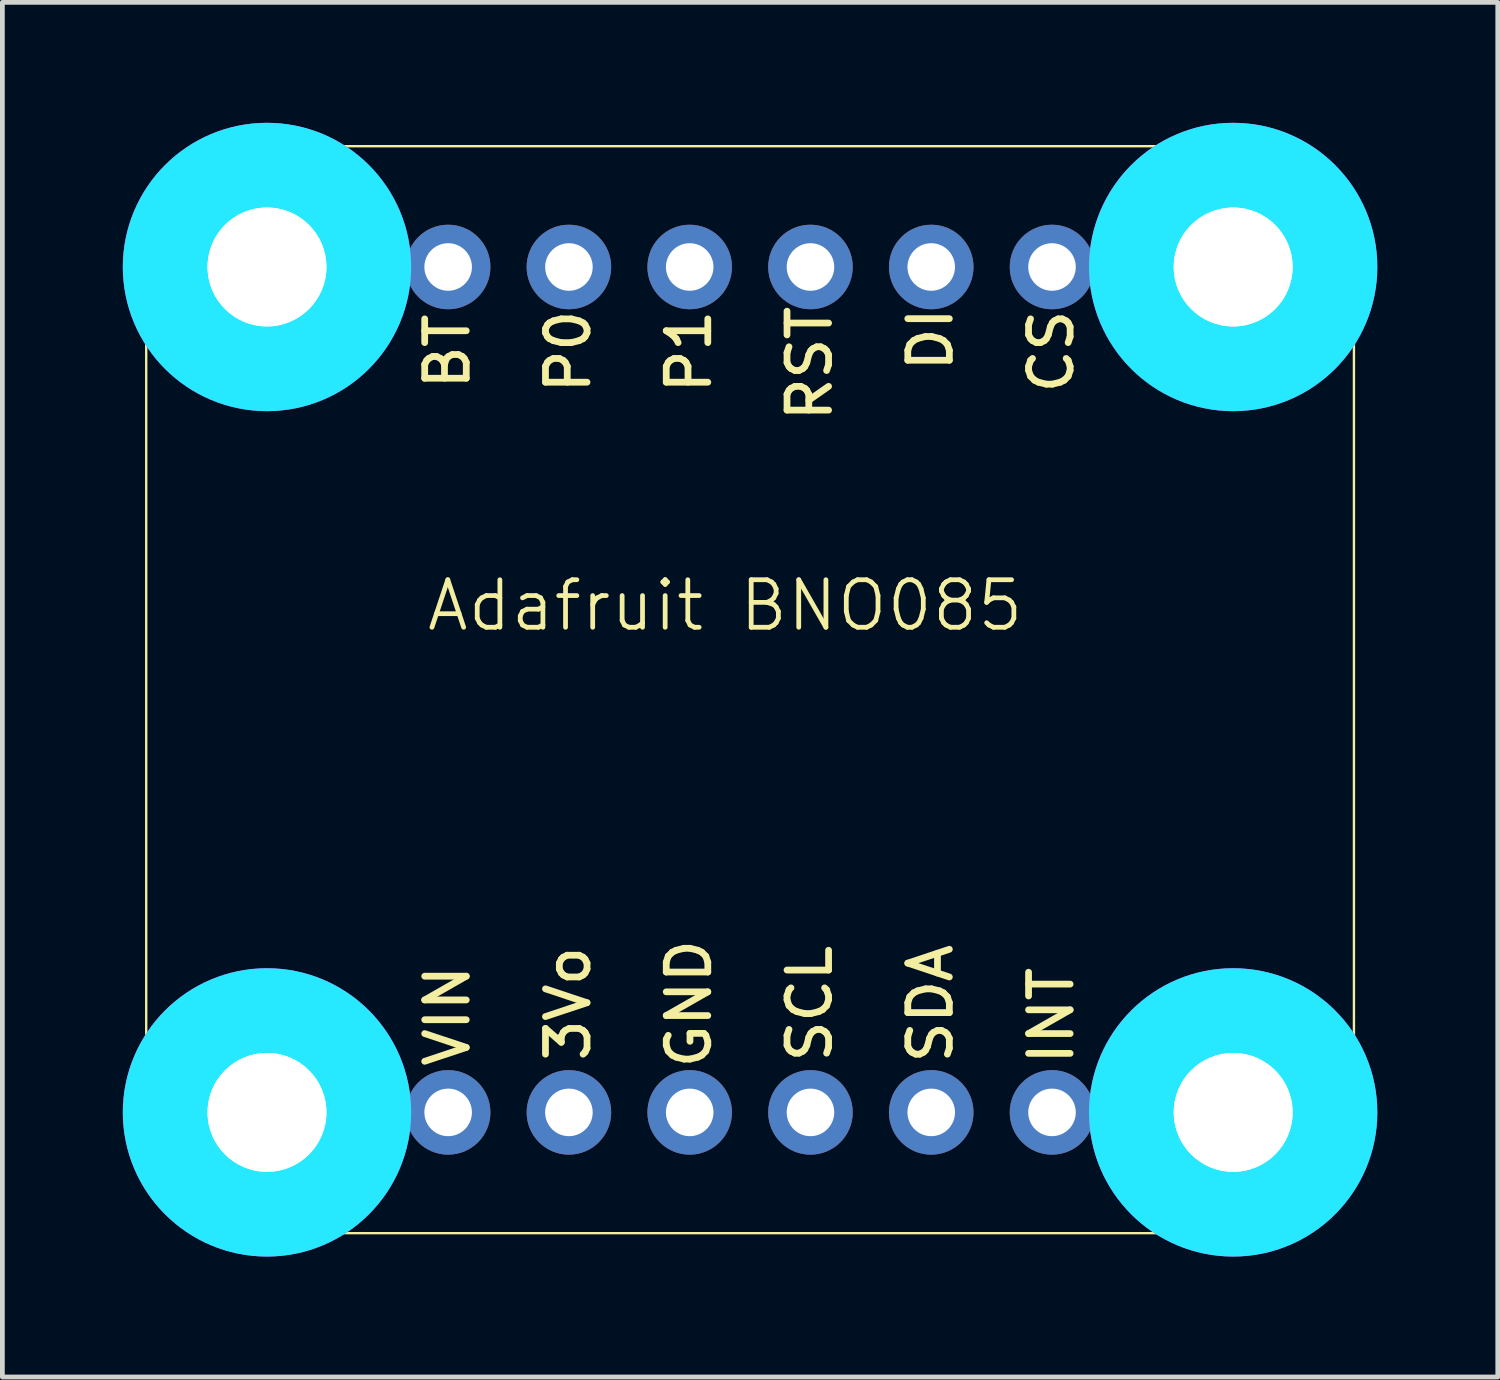
<source format=kicad_pcb>
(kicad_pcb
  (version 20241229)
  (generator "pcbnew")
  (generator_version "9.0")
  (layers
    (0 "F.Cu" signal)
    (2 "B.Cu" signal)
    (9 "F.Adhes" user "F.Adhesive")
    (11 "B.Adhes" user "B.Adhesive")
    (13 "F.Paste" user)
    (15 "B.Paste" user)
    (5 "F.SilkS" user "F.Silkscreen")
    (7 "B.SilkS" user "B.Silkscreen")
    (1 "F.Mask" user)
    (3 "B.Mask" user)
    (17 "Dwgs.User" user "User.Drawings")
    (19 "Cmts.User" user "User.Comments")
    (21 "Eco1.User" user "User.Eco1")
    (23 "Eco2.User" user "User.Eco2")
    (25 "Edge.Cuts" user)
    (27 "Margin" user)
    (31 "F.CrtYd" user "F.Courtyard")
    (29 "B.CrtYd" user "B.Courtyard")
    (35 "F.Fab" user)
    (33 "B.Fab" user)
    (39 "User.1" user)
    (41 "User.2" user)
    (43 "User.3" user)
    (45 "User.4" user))
  (footprint "Adafruit BNO085"
    (layer "F.Cu")
    (at 12.201 10.185)
    (property "Reference" "Adafruit BNO085" (at 0 -0.5 0) (unlocked yes) (layer "F.SilkS") (effects (font (size 1 1) (thickness 0.1))))
    (attr smd)
    (fp_line (start -12.176 -7.62) (end -12.176 10.16) (stroke (width 0.05) (type solid)) (layer "F.SilkS"))
    (fp_line (start -9.636 12.7) (end 10.684 12.7) (stroke (width 0.05) (type solid)) (layer "F.SilkS"))
    (fp_line (start 10.684 -10.16) (end -9.636 -10.16) (stroke (width 0.05) (type solid)) (layer "F.SilkS"))
    (fp_line (start 13.224 10.16) (end 13.224 -7.62) (stroke (width 0.05) (type solid)) (layer "F.SilkS"))
    (fp_arc (start -12.176 -7.62) (mid -11.432051 -9.416051) (end -9.636 -10.16) (stroke (width 0.05) (type solid)) (layer "F.SilkS"))
    (fp_arc (start -9.636 12.7) (mid -11.432051 11.956051) (end -12.176 10.16) (stroke (width 0.05) (type solid)) (layer "F.SilkS"))
    (fp_arc (start 10.684 -10.16) (mid 12.480051 -9.416051) (end 13.224 -7.62) (stroke (width 0.05) (type solid)) (layer "F.SilkS"))
    (fp_arc (start 13.224 10.16) (mid 12.480051 11.956051) (end 10.684 12.7) (stroke (width 0.05) (type solid)) (layer "F.SilkS"))
    (fp_circle (center -9.636 -7.62) (end -7.636 -7.62) (stroke (width 0.203) (type solid)) (fill no) (layer "F.SilkS"))
    (fp_circle (center -9.636 10.16) (end -7.636 10.16) (stroke (width 0.203) (type solid)) (fill no) (layer "F.SilkS"))
    (fp_circle (center 10.684 -7.62) (end 12.684 -7.62) (stroke (width 0.203) (type solid)) (fill no) (layer "F.SilkS"))
    (fp_circle (center 10.684 10.16) (end 12.684 10.16) (stroke (width 0.203) (type solid)) (fill no) (layer "F.SilkS"))
    (fp_circle (center -9.636 -7.62) (end -8.636 -7.62) (stroke (width 2.032) (type solid)) (fill no) (layer "B.CrtYd"))
    (fp_circle (center -9.636 10.16) (end -8.636 10.16) (stroke (width 2.032) (type solid)) (fill no) (layer "B.CrtYd"))
    (fp_circle (center 10.684 -7.62) (end 11.684 -7.62) (stroke (width 2.032) (type solid)) (fill no) (layer "B.CrtYd"))
    (fp_circle (center 10.684 10.16) (end 11.684 10.16) (stroke (width 2.032) (type solid)) (fill no) (layer "B.CrtYd"))
    (fp_circle (center -9.636 -7.62) (end -8.636 -7.62) (stroke (width 2.032) (type solid)) (fill no) (layer "F.CrtYd"))
    (fp_circle (center -9.636 10.16) (end -8.636 10.16) (stroke (width 2.032) (type solid)) (fill no) (layer "F.CrtYd"))
    (fp_circle (center 10.684 -7.62) (end 11.684 -7.62) (stroke (width 2.032) (type solid)) (fill no) (layer "F.CrtYd"))
    (fp_circle (center 10.684 10.16) (end 11.684 10.16) (stroke (width 2.032) (type solid)) (fill no) (layer "F.CrtYd"))
    (fp_text user "INT" (at 6.858 8.128 90) (unlocked yes) (layer "F.SilkS") (effects (font (size 0.874 0.874) (thickness 0.142))))
    (fp_text user "DI" (at 4.318 -6.096 90) (unlocked yes) (layer "F.SilkS") (effects (font (size 0.874 0.874) (thickness 0.142))))
    (fp_text user "SCL" (at 1.778 7.874 90) (unlocked yes) (layer "F.SilkS") (effects (font (size 0.874 0.874) (thickness 0.142))))
    (fp_text user "P1" (at -0.762 -5.842 90) (unlocked yes) (layer "F.SilkS") (effects (font (size 0.874 0.874) (thickness 0.142))))
    (fp_text user "BT" (at -5.842 -5.842 90) (unlocked yes) (layer "F.SilkS") (effects (font (size 0.874 0.874) (thickness 0.142))))
    (fp_text user "RST" (at 1.778 -5.588 90) (unlocked yes) (layer "F.SilkS") (effects (font (size 0.874 0.874) (thickness 0.142))))
    (fp_text user "CS" (at 6.858 -5.842 90) (unlocked yes) (layer "F.SilkS") (effects (font (size 0.874 0.874) (thickness 0.142))))
    (fp_text user "VIN" (at -5.842 8.128 90) (unlocked yes) (layer "F.SilkS") (effects (font (size 0.874 0.874) (thickness 0.142))))
    (fp_text user "GND" (at -0.762 7.874 90) (unlocked yes) (layer "F.SilkS") (effects (font (size 0.874 0.874) (thickness 0.142))))
    (fp_text user "3Vo" (at -3.302 7.874 90) (unlocked yes) (layer "F.SilkS") (effects (font (size 0.874 0.874) (thickness 0.142))))
    (fp_text user "SDA" (at 4.318 7.874 90) (unlocked yes) (layer "F.SilkS") (effects (font (size 0.874 0.874) (thickness 0.142))))
    (fp_text user "P0" (at -3.302 -5.842 90) (unlocked yes) (layer "F.SilkS") (effects (font (size 0.874 0.874) (thickness 0.142))))
    (pad "1" thru_hole circle (at -5.826 10.16 90) (size 1.778 1.778) (drill 1) (layers "*.Cu" "*.Mask"))
    (pad "2" thru_hole circle (at -3.286 10.16 90) (size 1.778 1.778) (drill 1) (layers "*.Cu" "*.Mask"))
    (pad "3" thru_hole circle (at -0.746 10.16 90) (size 1.778 1.778) (drill 1) (layers "*.Cu" "*.Mask"))
    (pad "4" thru_hole circle (at 1.794 10.16 90) (size 1.778 1.778) (drill 1) (layers "*.Cu" "*.Mask"))
    (pad "5" thru_hole circle (at 4.334 10.16 90) (size 1.778 1.778) (drill 1) (layers "*.Cu" "*.Mask"))
    (pad "6" thru_hole circle (at 6.874 10.16 90) (size 1.778 1.778) (drill 1) (layers "*.Cu" "*.Mask"))
    (pad "7" thru_hole circle (at -5.826 -7.62 90) (size 1.778 1.778) (drill 1) (layers "*.Cu" "*.Mask"))
    (pad "8" thru_hole circle (at -3.286 -7.62 90) (size 1.778 1.778) (drill 1) (layers "*.Cu" "*.Mask"))
    (pad "9" thru_hole circle (at -0.746 -7.62 90) (size 1.778 1.778) (drill 1) (layers "*.Cu" "*.Mask"))
    (pad "10" thru_hole circle (at 1.794 -7.62 90) (size 1.778 1.778) (drill 1) (layers "*.Cu" "*.Mask"))
    (pad "11" thru_hole circle (at 4.334 -7.62 90) (size 1.778 1.778) (drill 1) (layers "*.Cu" "*.Mask"))
    (pad "12" thru_hole circle (at 6.874 -7.62 90) (size 1.778 1.778) (drill 1) (layers "*.Cu" "*.Mask"))
    (pad "P$1" thru_hole circle (at -9.636 -7.62) (size 3.2 3.2) (drill 2.5) (layers "*.Cu" "*.Mask"))
    (pad "P$1" thru_hole circle (at -9.636 -7.62) (size 3.2 3.2) (drill 2.5) (layers "*.Cu" "*.Mask"))
    (pad "P$1" thru_hole circle (at -9.636 10.16) (size 3.2 3.2) (drill 2.5) (layers "*.Cu" "*.Mask"))
    (pad "P$1" thru_hole circle (at -9.636 10.16) (size 3.2 3.2) (drill 2.5) (layers "*.Cu" "*.Mask"))
    (pad "P$1" thru_hole circle (at 10.684 -7.62) (size 3.2 3.2) (drill 2.5) (layers "*.Cu" "*.Mask"))
    (pad "P$1" thru_hole circle (at 10.684 -7.62) (size 3.2 3.2) (drill 2.5) (layers "*.Cu" "*.Mask"))
    (pad "P$1" thru_hole circle (at 10.684 10.16) (size 3.2 3.2) (drill 2.5) (layers "*.Cu" "*.Mask"))
    (pad "P$1" thru_hole circle (at 10.684 10.16) (size 3.2 3.2) (drill 2.5) (layers "*.Cu" "*.Mask"))
    (zone (net_name "") (layer "F.Cu") (hatch edge 0.5) (connect_pads) (min_thickness 0.25) (filled_areas_thickness no) (keepout (tracks not_allowed) (vias not_allowed) (pads not_allowed) (copperpour not_allowed) (footprints allowed)) (placement (enabled no)) (fill) (polygon (pts (xy 4.581 2.565) (xy 4.561 2.284) (xy 4.503 2.009) (xy 4.407 1.745) (xy 4.275 1.497) (xy 4.109 1.269) (xy 3.914 1.067) (xy 3.692 0.894) (xy 3.449 0.753) (xy 3.188 0.648) (xy 2.915 0.58) (xy 2.635 0.55) (xy 2.354 0.56) (xy 2.077 0.609) (xy 1.81 0.696) (xy 1.557 0.819) (xy 1.324 0.976) (xy 1.115 1.165) (xy 0.934 1.38) (xy 0.785 1.619) (xy 0.671 1.875) (xy 0.593 2.146) (xy 0.554 2.424) (xy 0.554 2.706) (xy 0.593 2.984) (xy 0.671 3.255) (xy 0.785 3.511) (xy 0.934 3.75) (xy 1.115 3.965) (xy 1.324 4.154) (xy 1.557 4.311) (xy 1.81 4.434) (xy 2.077 4.521) (xy 2.354 4.57) (xy 2.635 4.58) (xy 2.915 4.55) (xy 3.188 4.482) (xy 3.449 4.377) (xy 3.692 4.236) (xy 3.914 4.063) (xy 4.109 3.861) (xy 4.275 3.633) (xy 4.407 3.385) (xy 4.503 3.121) (xy 4.561 2.846))) (polygon (pts (xy 2.549 2.565) (xy 2.554 2.576) (xy 2.565 2.581) (xy 2.576 2.576) (xy 2.581 2.565) (xy 2.576 2.554) (xy 2.565 2.549) (xy 2.554 2.554))))
    (zone (net_name "") (layer "F.Cu") (hatch edge 0.5) (connect_pads) (min_thickness 0.25) (filled_areas_thickness no) (keepout (tracks not_allowed) (vias not_allowed) (pads not_allowed) (copperpour not_allowed) (footprints allowed)) (placement (enabled no)) (fill) (polygon (pts (xy 4.581 20.345) (xy 4.561 20.064) (xy 4.503 19.789) (xy 4.407 19.525) (xy 4.275 19.277) (xy 4.109 19.049) (xy 3.914 18.847) (xy 3.692 18.674) (xy 3.449 18.533) (xy 3.188 18.428) (xy 2.915 18.36) (xy 2.635 18.33) (xy 2.354 18.34) (xy 2.077 18.389) (xy 1.81 18.476) (xy 1.557 18.599) (xy 1.324 18.756) (xy 1.115 18.945) (xy 0.934 19.16) (xy 0.785 19.399) (xy 0.671 19.655) (xy 0.593 19.926) (xy 0.554 20.204) (xy 0.554 20.486) (xy 0.593 20.764) (xy 0.671 21.035) (xy 0.785 21.291) (xy 0.934 21.53) (xy 1.115 21.745) (xy 1.324 21.934) (xy 1.557 22.091) (xy 1.81 22.214) (xy 2.077 22.301) (xy 2.354 22.35) (xy 2.635 22.36) (xy 2.915 22.33) (xy 3.188 22.262) (xy 3.449 22.157) (xy 3.692 22.016) (xy 3.914 21.843) (xy 4.109 21.641) (xy 4.275 21.413) (xy 4.407 21.165) (xy 4.503 20.901) (xy 4.561 20.626))) (polygon (pts (xy 2.549 20.345) (xy 2.554 20.356) (xy 2.565 20.361) (xy 2.576 20.356) (xy 2.581 20.345) (xy 2.576 20.334) (xy 2.565 20.329) (xy 2.554 20.334))))
    (zone (net_name "") (layer "F.Cu") (hatch edge 0.5) (connect_pads) (min_thickness 0.25) (filled_areas_thickness no) (keepout (tracks not_allowed) (vias not_allowed) (pads not_allowed) (copperpour not_allowed) (footprints allowed)) (placement (enabled no)) (fill) (polygon (pts (xy 24.901 2.565) (xy 24.881 2.284) (xy 24.823 2.009) (xy 24.727 1.745) (xy 24.595 1.497) (xy 24.429 1.269) (xy 24.234 1.067) (xy 24.012 0.894) (xy 23.769 0.753) (xy 23.508 0.648) (xy 23.235 0.58) (xy 22.955 0.55) (xy 22.674 0.56) (xy 22.397 0.609) (xy 22.13 0.696) (xy 21.877 0.819) (xy 21.644 0.976) (xy 21.435 1.165) (xy 21.254 1.38) (xy 21.105 1.619) (xy 20.991 1.875) (xy 20.913 2.146) (xy 20.874 2.424) (xy 20.874 2.706) (xy 20.913 2.984) (xy 20.991 3.255) (xy 21.105 3.511) (xy 21.254 3.75) (xy 21.435 3.965) (xy 21.644 4.154) (xy 21.877 4.311) (xy 22.13 4.434) (xy 22.397 4.521) (xy 22.674 4.57) (xy 22.955 4.58) (xy 23.235 4.55) (xy 23.508 4.482) (xy 23.769 4.377) (xy 24.012 4.236) (xy 24.234 4.063) (xy 24.429 3.861) (xy 24.595 3.633) (xy 24.727 3.385) (xy 24.823 3.121) (xy 24.881 2.846))) (polygon (pts (xy 22.869 2.565) (xy 22.874 2.576) (xy 22.885 2.581) (xy 22.896 2.576) (xy 22.901 2.565) (xy 22.896 2.554) (xy 22.885 2.549) (xy 22.874 2.554))))
    (zone (net_name "") (layer "F.Cu") (hatch edge 0.5) (connect_pads) (min_thickness 0.25) (filled_areas_thickness no) (keepout (tracks not_allowed) (vias not_allowed) (pads not_allowed) (copperpour not_allowed) (footprints allowed)) (placement (enabled no)) (fill) (polygon (pts (xy 24.901 20.345) (xy 24.881 20.064) (xy 24.823 19.789) (xy 24.727 19.525) (xy 24.595 19.277) (xy 24.429 19.049) (xy 24.234 18.847) (xy 24.012 18.674) (xy 23.769 18.533) (xy 23.508 18.428) (xy 23.235 18.36) (xy 22.955 18.33) (xy 22.674 18.34) (xy 22.397 18.389) (xy 22.13 18.476) (xy 21.877 18.599) (xy 21.644 18.756) (xy 21.435 18.945) (xy 21.254 19.16) (xy 21.105 19.399) (xy 20.991 19.655) (xy 20.913 19.926) (xy 20.874 20.204) (xy 20.874 20.486) (xy 20.913 20.764) (xy 20.991 21.035) (xy 21.105 21.291) (xy 21.254 21.53) (xy 21.435 21.745) (xy 21.644 21.934) (xy 21.877 22.091) (xy 22.13 22.214) (xy 22.397 22.301) (xy 22.674 22.35) (xy 22.955 22.36) (xy 23.235 22.33) (xy 23.508 22.262) (xy 23.769 22.157) (xy 24.012 22.016) (xy 24.234 21.843) (xy 24.429 21.641) (xy 24.595 21.413) (xy 24.727 21.165) (xy 24.823 20.901) (xy 24.881 20.626))) (polygon (pts (xy 22.869 20.345) (xy 22.874 20.356) (xy 22.885 20.361) (xy 22.896 20.356) (xy 22.901 20.345) (xy 22.896 20.334) (xy 22.885 20.329) (xy 22.874 20.334))))
    (zone (net_name "") (layer "B.Cu") (hatch edge 0.5) (connect_pads) (min_thickness 0.25) (filled_areas_thickness no) (keepout (tracks not_allowed) (vias not_allowed) (pads not_allowed) (copperpour not_allowed) (footprints allowed)) (placement (enabled no)) (fill) (polygon (pts (xy 4.581 2.565) (xy 4.561 2.284) (xy 4.503 2.009) (xy 4.407 1.745) (xy 4.275 1.497) (xy 4.109 1.269) (xy 3.914 1.067) (xy 3.692 0.894) (xy 3.449 0.753) (xy 3.188 0.648) (xy 2.915 0.58) (xy 2.635 0.55) (xy 2.354 0.56) (xy 2.077 0.609) (xy 1.81 0.696) (xy 1.557 0.819) (xy 1.324 0.976) (xy 1.115 1.165) (xy 0.934 1.38) (xy 0.785 1.619) (xy 0.671 1.875) (xy 0.593 2.146) (xy 0.554 2.424) (xy 0.554 2.706) (xy 0.593 2.984) (xy 0.671 3.255) (xy 0.785 3.511) (xy 0.934 3.75) (xy 1.115 3.965) (xy 1.324 4.154) (xy 1.557 4.311) (xy 1.81 4.434) (xy 2.077 4.521) (xy 2.354 4.57) (xy 2.635 4.58) (xy 2.915 4.55) (xy 3.188 4.482) (xy 3.449 4.377) (xy 3.692 4.236) (xy 3.914 4.063) (xy 4.109 3.861) (xy 4.275 3.633) (xy 4.407 3.385) (xy 4.503 3.121) (xy 4.561 2.846))) (polygon (pts (xy 2.549 2.565) (xy 2.554 2.576) (xy 2.565 2.581) (xy 2.576 2.576) (xy 2.581 2.565) (xy 2.576 2.554) (xy 2.565 2.549) (xy 2.554 2.554))))
    (zone (net_name "") (layer "B.Cu") (hatch edge 0.5) (connect_pads) (min_thickness 0.25) (filled_areas_thickness no) (keepout (tracks not_allowed) (vias not_allowed) (pads not_allowed) (copperpour not_allowed) (footprints allowed)) (placement (enabled no)) (fill) (polygon (pts (xy 4.581 20.345) (xy 4.561 20.064) (xy 4.503 19.789) (xy 4.407 19.525) (xy 4.275 19.277) (xy 4.109 19.049) (xy 3.914 18.847) (xy 3.692 18.674) (xy 3.449 18.533) (xy 3.188 18.428) (xy 2.915 18.36) (xy 2.635 18.33) (xy 2.354 18.34) (xy 2.077 18.389) (xy 1.81 18.476) (xy 1.557 18.599) (xy 1.324 18.756) (xy 1.115 18.945) (xy 0.934 19.16) (xy 0.785 19.399) (xy 0.671 19.655) (xy 0.593 19.926) (xy 0.554 20.204) (xy 0.554 20.486) (xy 0.593 20.764) (xy 0.671 21.035) (xy 0.785 21.291) (xy 0.934 21.53) (xy 1.115 21.745) (xy 1.324 21.934) (xy 1.557 22.091) (xy 1.81 22.214) (xy 2.077 22.301) (xy 2.354 22.35) (xy 2.635 22.36) (xy 2.915 22.33) (xy 3.188 22.262) (xy 3.449 22.157) (xy 3.692 22.016) (xy 3.914 21.843) (xy 4.109 21.641) (xy 4.275 21.413) (xy 4.407 21.165) (xy 4.503 20.901) (xy 4.561 20.626))) (polygon (pts (xy 2.549 20.345) (xy 2.554 20.356) (xy 2.565 20.361) (xy 2.576 20.356) (xy 2.581 20.345) (xy 2.576 20.334) (xy 2.565 20.329) (xy 2.554 20.334))))
    (zone (net_name "") (layer "B.Cu") (hatch edge 0.5) (connect_pads) (min_thickness 0.25) (filled_areas_thickness no) (keepout (tracks not_allowed) (vias not_allowed) (pads not_allowed) (copperpour not_allowed) (footprints allowed)) (placement (enabled no)) (fill) (polygon (pts (xy 24.901 2.565) (xy 24.881 2.284) (xy 24.823 2.009) (xy 24.727 1.745) (xy 24.595 1.497) (xy 24.429 1.269) (xy 24.234 1.067) (xy 24.012 0.894) (xy 23.769 0.753) (xy 23.508 0.648) (xy 23.235 0.58) (xy 22.955 0.55) (xy 22.674 0.56) (xy 22.397 0.609) (xy 22.13 0.696) (xy 21.877 0.819) (xy 21.644 0.976) (xy 21.435 1.165) (xy 21.254 1.38) (xy 21.105 1.619) (xy 20.991 1.875) (xy 20.913 2.146) (xy 20.874 2.424) (xy 20.874 2.706) (xy 20.913 2.984) (xy 20.991 3.255) (xy 21.105 3.511) (xy 21.254 3.75) (xy 21.435 3.965) (xy 21.644 4.154) (xy 21.877 4.311) (xy 22.13 4.434) (xy 22.397 4.521) (xy 22.674 4.57) (xy 22.955 4.58) (xy 23.235 4.55) (xy 23.508 4.482) (xy 23.769 4.377) (xy 24.012 4.236) (xy 24.234 4.063) (xy 24.429 3.861) (xy 24.595 3.633) (xy 24.727 3.385) (xy 24.823 3.121) (xy 24.881 2.846))) (polygon (pts (xy 22.869 2.565) (xy 22.874 2.576) (xy 22.885 2.581) (xy 22.896 2.576) (xy 22.901 2.565) (xy 22.896 2.554) (xy 22.885 2.549) (xy 22.874 2.554))))
    (zone (net_name "") (layer "B.Cu") (hatch edge 0.5) (connect_pads) (min_thickness 0.25) (filled_areas_thickness no) (keepout (tracks not_allowed) (vias not_allowed) (pads not_allowed) (copperpour not_allowed) (footprints allowed)) (placement (enabled no)) (fill) (polygon (pts (xy 24.901 20.345) (xy 24.881 20.064) (xy 24.823 19.789) (xy 24.727 19.525) (xy 24.595 19.277) (xy 24.429 19.049) (xy 24.234 18.847) (xy 24.012 18.674) (xy 23.769 18.533) (xy 23.508 18.428) (xy 23.235 18.36) (xy 22.955 18.33) (xy 22.674 18.34) (xy 22.397 18.389) (xy 22.13 18.476) (xy 21.877 18.599) (xy 21.644 18.756) (xy 21.435 18.945) (xy 21.254 19.16) (xy 21.105 19.399) (xy 20.991 19.655) (xy 20.913 19.926) (xy 20.874 20.204) (xy 20.874 20.486) (xy 20.913 20.764) (xy 20.991 21.035) (xy 21.105 21.291) (xy 21.254 21.53) (xy 21.435 21.745) (xy 21.644 21.934) (xy 21.877 22.091) (xy 22.13 22.214) (xy 22.397 22.301) (xy 22.674 22.35) (xy 22.955 22.36) (xy 23.235 22.33) (xy 23.508 22.262) (xy 23.769 22.157) (xy 24.012 22.016) (xy 24.234 21.843) (xy 24.429 21.641) (xy 24.595 21.413) (xy 24.727 21.165) (xy 24.823 20.901) (xy 24.881 20.626))) (polygon (pts (xy 22.869 20.345) (xy 22.874 20.356) (xy 22.885 20.361) (xy 22.896 20.356) (xy 22.901 20.345) (xy 22.896 20.334) (xy 22.885 20.329) (xy 22.874 20.334)))))
  (gr_rect
    (start -3 -3)
    (end 28.45 25.91)
    (stroke (width 0.1) (type default))
    (fill no)
    (layer "Edge.Cuts")))
</source>
